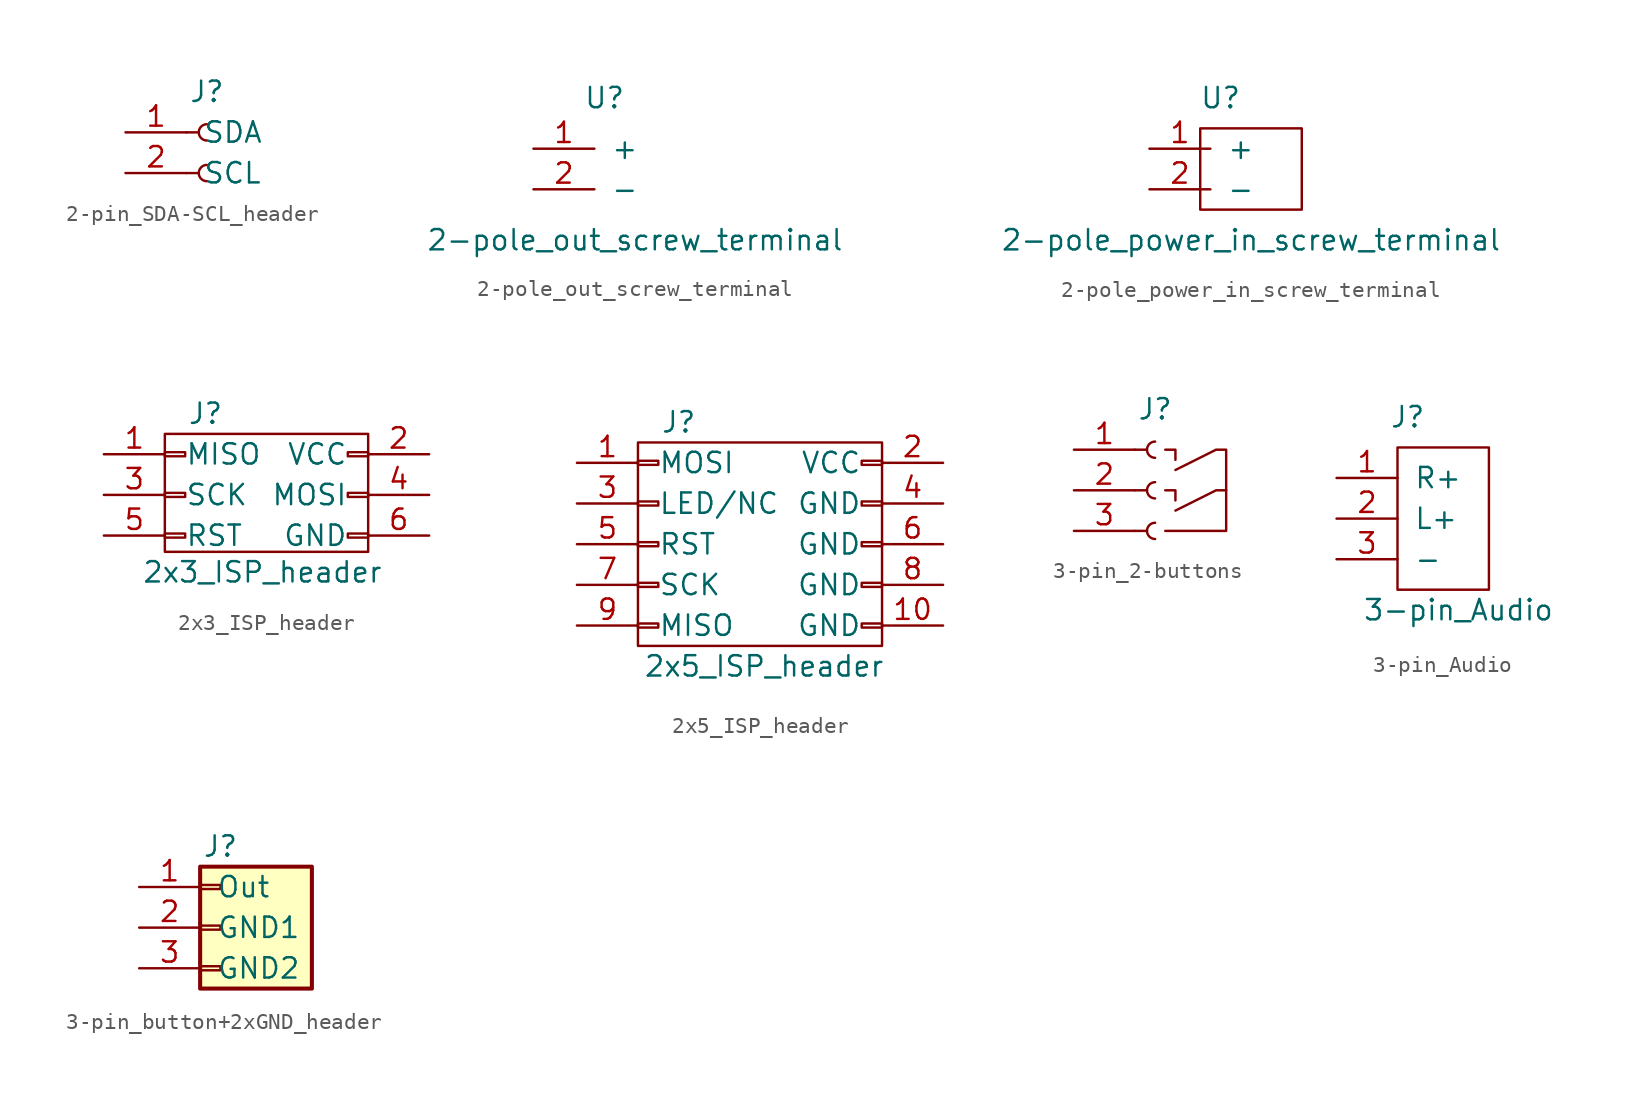
<source format=kicad_sym>
(kicad_symbol_lib
  (version 20231120)
  (generator "kicad_symbol_editor")
  (generator_version "8.0")
  (symbol "2-pin_SDA-SCL_header"
    (pin_names
      (offset 1.016))
    (property "Reference" "J"
      (at 0 5.08 0)
      (effects (font (size 1.27 1.27))))
    (symbol "2-pin_SDA-SCL_header_1_1"
      (polyline (pts (xy -1.27 0) (xy -0.508 0)) (stroke (width 0.152) (type default)) (fill (type none)))
      (polyline (pts (xy -1.27 2.54) (xy -0.508 2.54)) (stroke (width 0.152) (type default)) (fill (type none)))
      (arc (start 0 0.508) (mid -0.5058 0) (end 0 -0.508) (stroke (width 0.1524) (type default)) (fill (type none)))
      (arc (start 0 3.048) (mid -0.5058 2.54) (end 0 2.032) (stroke (width 0.1524) (type default)) (fill (type none)))
      (pin bidirectional line (at -5.08 2.54 0) (length 3.81) (name "SDA" (effects (font (size 1.27 1.27)))) (number "1" (effects (font (size 1.27 1.27)))))
      (pin bidirectional line (at -5.08 0 0) (length 3.81) (name "SCL" (effects (font (size 1.27 1.27)))) (number "2" (effects (font (size 1.27 1.27)))))))
  (symbol "2-pole_out_screw_terminal"
    (pin_names
      (offset 1.016))
    (property "Reference" "U"
      (at 4.445 3.175 0)
      (effects (font (size 1.27 1.27))))
    (property "Value" "2-pole_out_screw_terminal"
      (at 6.35 -5.715 0)
      (effects (font (size 1.27 1.27))))
    (symbol "2-pole_out_screw_terminal_1_1"
      (pin output line (at 0 0 0) (length 3.81) (name "+" (effects (font (size 1.27 1.27)))) (number "1" (effects (font (size 1.27 1.27)))))
      (pin output line (at 0 -2.54 0) (length 3.81) (name "-" (effects (font (size 1.27 1.27)))) (number "2" (effects (font (size 1.27 1.27)))))))
  (symbol "2-pole_power_in_screw_terminal"
    (pin_names
      (offset 1.016))
    (property "Reference" "U"
      (at 4.445 3.175 0)
      (effects (font (size 1.27 1.27))))
    (property "Value" "2-pole_power_in_screw_terminal"
      (at 6.35 -5.715 0)
      (effects (font (size 1.27 1.27))))
    (symbol "2-pole_power_in_screw_terminal_0_1"
      (rectangle (start 3.175 1.27) (end 9.525 -3.81) (stroke (width 0) (type default)) (fill (type none))))
    (symbol "2-pole_power_in_screw_terminal_1_1"
      (pin power_in line (at 0 0 0) (length 3.81) (name "+" (effects (font (size 1.27 1.27)))) (number "1" (effects (font (size 1.27 1.27)))))
      (pin power_in line (at 0 -2.54 0) (length 3.81) (name "-" (effects (font (size 1.27 1.27)))) (number "2" (effects (font (size 1.27 1.27)))))))
  (symbol "2x3_ISP_header"
    (pin_names
      (offset 1.27))
    (property "Reference" "J"
      (at 1.27 5.08 0)
      (effects (font (size 1.27 1.27))))
    (property "Value" "2x3_ISP_header"
      (at 4.826 -4.826 0)
      (effects (font (size 1.27 1.27))))
    (symbol "2x3_ISP_header_0_1"
      (rectangle (start -1.27 -3.556) (end 11.43 3.81) (stroke (width 0) (type default)) (fill (type none))))
    (symbol "2x3_ISP_header_1_1"
      (rectangle (start -1.27 -2.413) (end 0 -2.667) (stroke (width 0.152) (type default)) (fill (type none)))
      (rectangle (start -1.27 0.127) (end 0 -0.127) (stroke (width 0.152) (type default)) (fill (type none)))
      (rectangle (start -1.27 2.667) (end 0 2.413) (stroke (width 0.152) (type default)) (fill (type none)))
      (rectangle (start 11.43 -2.413) (end 10.16 -2.667) (stroke (width 0.152) (type default)) (fill (type none)))
      (rectangle (start 11.43 0.127) (end 10.16 -0.127) (stroke (width 0.152) (type default)) (fill (type none)))
      (rectangle (start 11.43 2.667) (end 10.16 2.413) (stroke (width 0.152) (type default)) (fill (type none)))
      (pin passive line (at -5.08 2.54 0) (length 3.81) (name "MISO" (effects (font (size 1.27 1.27)))) (number "1" (effects (font (size 1.27 1.27)))))
      (pin passive line (at 15.24 2.54 180) (length 3.81) (name "VCC" (effects (font (size 1.27 1.27)))) (number "2" (effects (font (size 1.27 1.27)))))
      (pin passive line (at -5.08 0 0) (length 3.81) (name "SCK" (effects (font (size 1.27 1.27)))) (number "3" (effects (font (size 1.27 1.27)))))
      (pin passive line (at 15.24 0 180) (length 3.81) (name "MOSI" (effects (font (size 1.27 1.27)))) (number "4" (effects (font (size 1.27 1.27)))))
      (pin passive line (at -5.08 -2.54 0) (length 3.81) (name "RST" (effects (font (size 1.27 1.27)))) (number "5" (effects (font (size 1.27 1.27)))))
      (pin passive line (at 15.24 -2.54 180) (length 3.81) (name "GND" (effects (font (size 1.27 1.27)))) (number "6" (effects (font (size 1.27 1.27)))))))
  (symbol "2x5_ISP_header"
    (pin_names
      (offset 1.27))
    (property "Reference" "J"
      (at 1.27 7.62 0)
      (effects (font (size 1.27 1.27))))
    (property "Value" "2x5_ISP_header"
      (at 6.604 -7.62 0)
      (effects (font (size 1.27 1.27))))
    (symbol "2x5_ISP_header_0_1"
      (rectangle (start -1.27 -6.35) (end 13.97 6.35) (stroke (width 0) (type default)) (fill (type none))))
    (symbol "2x5_ISP_header_1_1"
      (rectangle (start -1.27 -4.953) (end 0 -5.207) (stroke (width 0.152) (type default)) (fill (type none)))
      (rectangle (start -1.27 -2.413) (end 0 -2.667) (stroke (width 0.152) (type default)) (fill (type none)))
      (rectangle (start -1.27 0.127) (end 0 -0.127) (stroke (width 0.152) (type default)) (fill (type none)))
      (rectangle (start -1.27 2.667) (end 0 2.413) (stroke (width 0.152) (type default)) (fill (type none)))
      (rectangle (start -1.27 5.207) (end 0 4.953) (stroke (width 0.152) (type default)) (fill (type none)))
      (rectangle (start 13.97 -4.953) (end 12.7 -5.207) (stroke (width 0.152) (type default)) (fill (type none)))
      (rectangle (start 13.97 -2.413) (end 12.7 -2.667) (stroke (width 0.152) (type default)) (fill (type none)))
      (rectangle (start 13.97 0.127) (end 12.7 -0.127) (stroke (width 0.152) (type default)) (fill (type none)))
      (rectangle (start 13.97 2.667) (end 12.7 2.413) (stroke (width 0.152) (type default)) (fill (type none)))
      (rectangle (start 13.97 5.207) (end 12.7 4.953) (stroke (width 0.152) (type default)) (fill (type none)))
      (pin passive line (at -5.08 5.08 0) (length 3.81) (name "MOSI" (effects (font (size 1.27 1.27)))) (number "1" (effects (font (size 1.27 1.27)))))
      (pin passive line (at 17.78 -5.08 180) (length 3.81) (name "GND" (effects (font (size 1.27 1.27)))) (number "10" (effects (font (size 1.27 1.27)))))
      (pin passive line (at 17.78 5.08 180) (length 3.81) (name "VCC" (effects (font (size 1.27 1.27)))) (number "2" (effects (font (size 1.27 1.27)))))
      (pin passive line (at -5.08 2.54 0) (length 3.81) (name "LED/NC" (effects (font (size 1.27 1.27)))) (number "3" (effects (font (size 1.27 1.27)))))
      (pin passive line (at 17.78 2.54 180) (length 3.81) (name "GND" (effects (font (size 1.27 1.27)))) (number "4" (effects (font (size 1.27 1.27)))))
      (pin passive line (at -5.08 0 0) (length 3.81) (name "RST" (effects (font (size 1.27 1.27)))) (number "5" (effects (font (size 1.27 1.27)))))
      (pin passive line (at 17.78 0 180) (length 3.81) (name "GND" (effects (font (size 1.27 1.27)))) (number "6" (effects (font (size 1.27 1.27)))))
      (pin passive line (at -5.08 -2.54 0) (length 3.81) (name "SCK" (effects (font (size 1.27 1.27)))) (number "7" (effects (font (size 1.27 1.27)))))
      (pin passive line (at 17.78 -2.54 180) (length 3.81) (name "GND" (effects (font (size 1.27 1.27)))) (number "8" (effects (font (size 1.27 1.27)))))
      (pin passive line (at -5.08 -5.08 0) (length 3.81) (name "MISO" (effects (font (size 1.27 1.27)))) (number "9" (effects (font (size 1.27 1.27)))))))
  (symbol "3-pin_2-buttons"
    (pin_names
      (offset 1.016) hide)
    (property "Reference" "J"
      (at 0 2.54 0)
      (effects (font (size 1.27 1.27))))
    (symbol "3-pin_2-buttons_0_1"
      (polyline (pts (xy 0.635 -2.54) (xy 1.27 -2.54) (xy 1.27 -3.175)) (stroke (width 0) (type default)) (fill (type none)))
      (polyline (pts (xy 0.635 0) (xy 1.27 0) (xy 1.27 -0.635)) (stroke (width 0) (type default)) (fill (type none)))
      (polyline (pts (xy 1.27 -3.81) (xy 3.81 -2.54) (xy 4.445 -2.54)) (stroke (width 0) (type default)) (fill (type none)))
      (polyline (pts (xy 1.27 -1.27) (xy 3.81 0) (xy 4.445 0) (xy 4.445 -5.08) (xy 0.635 -5.08)) (stroke (width 0) (type default)) (fill (type none))))
    (symbol "3-pin_2-buttons_1_1"
      (arc (start 0 -4.572) (mid -0.5058 -5.08) (end 0 -5.588) (stroke (width 0.1524) (type default)) (fill (type none)))
      (arc (start 0 -2.032) (mid -0.5058 -2.54) (end 0 -3.048) (stroke (width 0.1524) (type default)) (fill (type none)))
      (polyline (pts (xy -1.27 -5.08) (xy -0.508 -5.08)) (stroke (width 0.152) (type default)) (fill (type none)))
      (polyline (pts (xy -1.27 -2.54) (xy -0.508 -2.54)) (stroke (width 0.152) (type default)) (fill (type none)))
      (polyline (pts (xy -1.27 0) (xy -0.508 0)) (stroke (width 0.152) (type default)) (fill (type none)))
      (arc (start 0 0.508) (mid -0.5058 0) (end 0 -0.508) (stroke (width 0.1524) (type default)) (fill (type none)))
      (pin input line (at -5.08 0 0) (length 3.81) (name "+" (effects (font (size 1.27 1.27)))) (number "1" (effects (font (size 1.27 1.27)))))
      (pin output line (at -5.08 -2.54 0) (length 3.81) (name "Sig" (effects (font (size 1.27 1.27)))) (number "2" (effects (font (size 1.27 1.27)))))
      (pin output line (at -5.08 -5.08 0) (length 3.81) (name "Sig" (effects (font (size 1.27 1.27)))) (number "3" (effects (font (size 1.27 1.27)))))))
  (symbol "3-pin_Audio"
    (pin_names
      (offset 1.016))
    (property "Reference" "J"
      (at -0.635 6.35 0)
      (effects (font (size 1.27 1.27))))
    (property "Value" "3-pin_Audio"
      (at 2.54 -5.715 0)
      (effects (font (size 1.27 1.27))))
    (symbol "3-pin_Audio_0_1"
      (polyline (pts (xy -1.27 4.445) (xy 4.445 4.445) (xy 4.445 -3.81) (xy 4.445 -4.445) (xy -1.27 -4.445) (xy -1.27 4.445)) (stroke (width 0.152) (type default)) (fill (type none))))
    (symbol "3-pin_Audio_1_1"
      (pin bidirectional line (at -5.08 2.54 0) (length 3.81) (name "R+" (effects (font (size 1.27 1.27)))) (number "1" (effects (font (size 1.27 1.27)))))
      (pin bidirectional line (at -5.08 0 0) (length 3.81) (name "L+" (effects (font (size 1.27 1.27)))) (number "2" (effects (font (size 1.27 1.27)))))
      (pin bidirectional line (at -5.08 -2.54 0) (length 3.81) (name "-" (effects (font (size 1.27 1.27)))) (number "3" (effects (font (size 1.27 1.27)))))))
  (symbol "3-pin_button+2xGND_header"
    (pin_names
      (offset 1.016))
    (property "Reference" "J"
      (at 0 5.08 0)
      (effects (font (size 1.27 1.27))))
    (symbol "3-pin_button+2xGND_header_1_1"
      (rectangle (start -1.27 -2.413) (end 0 -2.667) (stroke (width 0.152) (type default)) (fill (type none)))
      (rectangle (start -1.27 0.127) (end 0 -0.127) (stroke (width 0.152) (type default)) (fill (type none)))
      (rectangle (start -1.27 2.667) (end 0 2.413) (stroke (width 0.152) (type default)) (fill (type none)))
      (rectangle (start -1.27 3.81) (end 5.715 -3.81) (stroke (width 0.254) (type default)) (fill (type background)))
      (pin output line (at -5.08 2.54 0) (length 3.81) (name "Out" (effects (font (size 1.27 1.27)))) (number "1" (effects (font (size 1.27 1.27)))))
      (pin power_in line (at -5.08 0 0) (length 3.81) (name "GND1" (effects (font (size 1.27 1.27)))) (number "2" (effects (font (size 1.27 1.27)))))
      (pin power_in line (at -5.08 -2.54 0) (length 3.81) (name "GND2" (effects (font (size 1.27 1.27)))) (number "3" (effects (font (size 1.27 1.27))))))))
</source>
